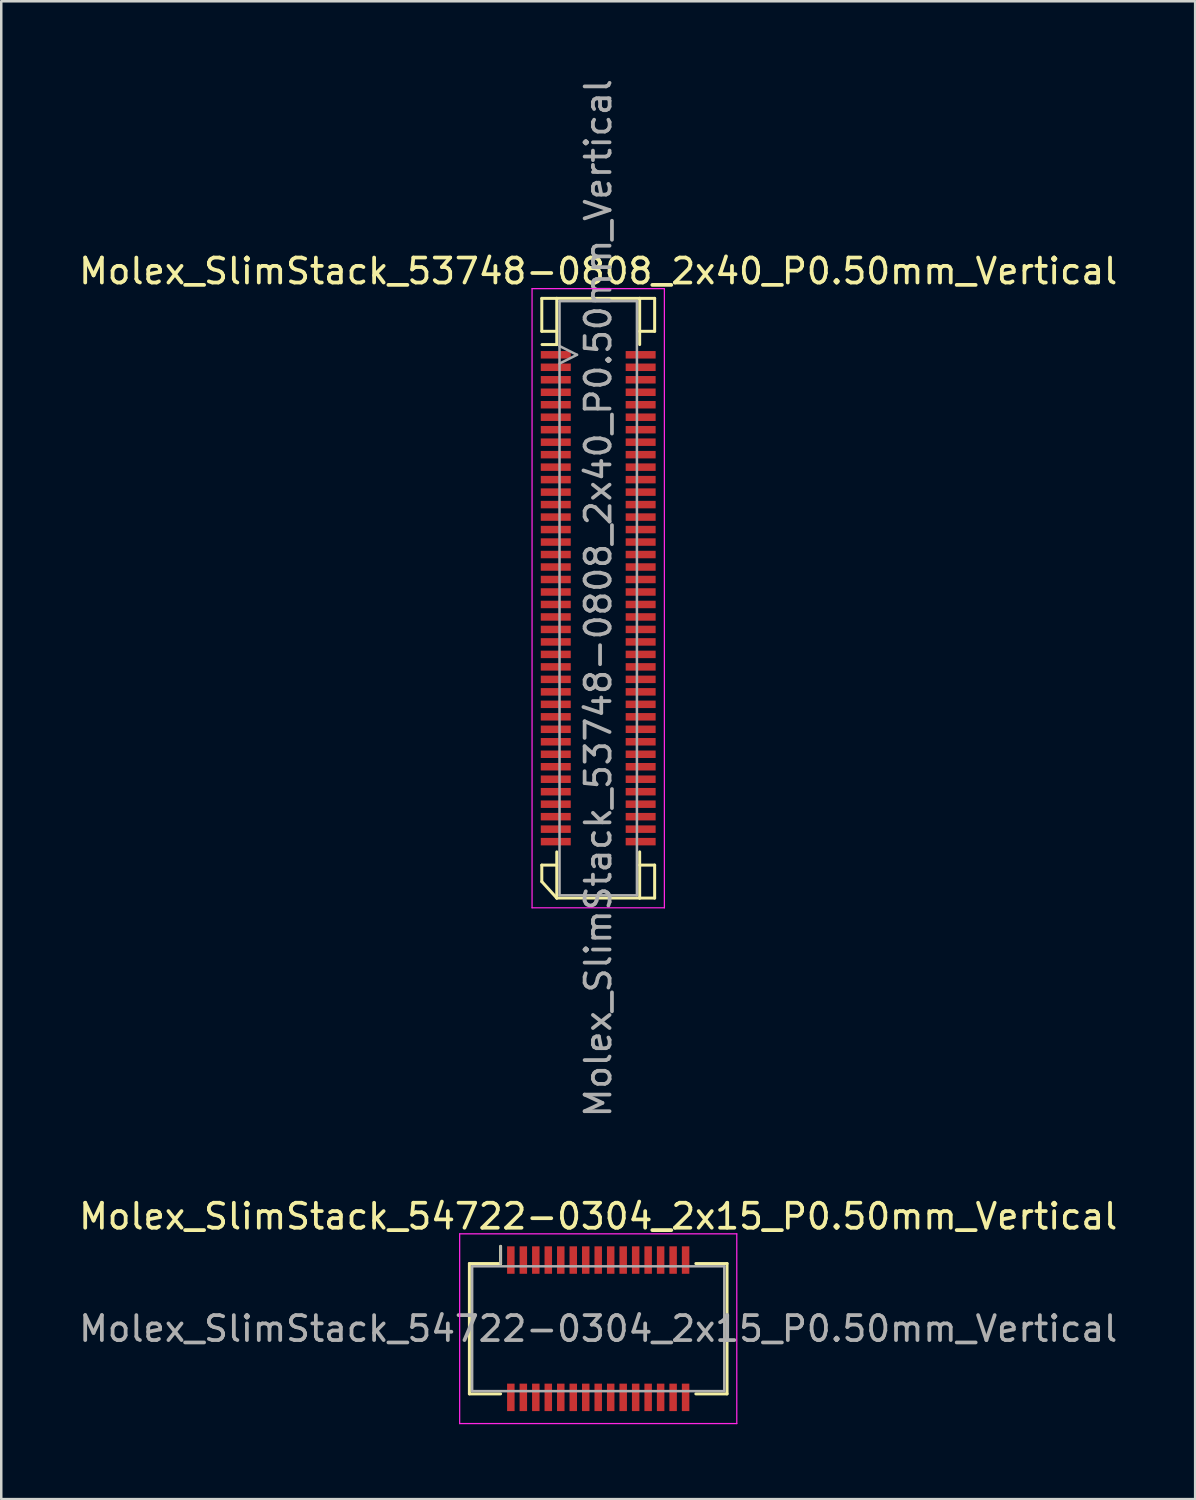
<source format=kicad_pcb>
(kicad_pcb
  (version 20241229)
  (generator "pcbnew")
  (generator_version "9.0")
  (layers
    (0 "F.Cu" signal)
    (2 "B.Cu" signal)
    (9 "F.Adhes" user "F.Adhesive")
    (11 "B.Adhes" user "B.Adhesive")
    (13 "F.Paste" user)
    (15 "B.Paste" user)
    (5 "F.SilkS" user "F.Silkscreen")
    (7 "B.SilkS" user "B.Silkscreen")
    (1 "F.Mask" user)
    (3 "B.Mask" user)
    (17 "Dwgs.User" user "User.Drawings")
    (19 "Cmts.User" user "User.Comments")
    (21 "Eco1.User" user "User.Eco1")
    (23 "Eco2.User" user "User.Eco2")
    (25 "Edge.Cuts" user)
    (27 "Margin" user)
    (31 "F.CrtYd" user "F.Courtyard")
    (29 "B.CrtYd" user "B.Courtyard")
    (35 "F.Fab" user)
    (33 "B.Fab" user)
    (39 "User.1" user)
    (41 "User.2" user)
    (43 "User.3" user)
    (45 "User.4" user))
  (footprint "Molex_SlimStack_53748-0808_2x40_P0.50mm_Vertical"
    (layer "F.Cu")
    (at 20.911 20.911)
    (property "Reference" "Molex_SlimStack_53748-0808_2x40_P0.50mm_Vertical" (at 0 -13.1 0) (layer "F.SilkS") (effects (font (size 1 1) (thickness 0.15))))
    (attr smd)
    (fp_line (start -2.26 -12.01) (end -2.26 -10.69) (stroke (width 0.12) (type solid)) (layer "F.SilkS"))
    (fp_line (start -2.26 -10.69) (end -1.66 -10.69) (stroke (width 0.12) (type solid)) (layer "F.SilkS"))
    (fp_line (start -2.26 10.69) (end -1.66 10.69) (stroke (width 0.12) (type solid)) (layer "F.SilkS"))
    (fp_line (start -2.26 11.35) (end -2.26 10.69) (stroke (width 0.12) (type solid)) (layer "F.SilkS"))
    (fp_line (start -1.66 -12.01) (end -2.26 -12.01) (stroke (width 0.12) (type solid)) (layer "F.SilkS"))
    (fp_line (start -1.66 -12.01) (end -1.66 -10.16) (stroke (width 0.12) (type solid)) (layer "F.SilkS"))
    (fp_line (start -1.66 -10.16) (end -2.25 -10.16) (stroke (width 0.12) (type solid)) (layer "F.SilkS"))
    (fp_line (start -1.66 12.01) (end -2.26 11.35) (stroke (width 0.12) (type solid)) (layer "F.SilkS"))
    (fp_line (start -1.66 12.01) (end -1.66 10.16) (stroke (width 0.12) (type solid)) (layer "F.SilkS"))
    (fp_line (start 1.66 -12.01) (end -1.66 -12.01) (stroke (width 0.12) (type solid)) (layer "F.SilkS"))
    (fp_line (start 1.66 -12.01) (end 2.26 -12.01) (stroke (width 0.12) (type solid)) (layer "F.SilkS"))
    (fp_line (start 1.66 -10.16) (end 1.66 -12.01) (stroke (width 0.12) (type solid)) (layer "F.SilkS"))
    (fp_line (start 1.66 10.16) (end 1.66 12.01) (stroke (width 0.12) (type solid)) (layer "F.SilkS"))
    (fp_line (start 1.66 12.01) (end -1.66 12.01) (stroke (width 0.12) (type solid)) (layer "F.SilkS"))
    (fp_line (start 1.66 12.01) (end 2.26 12.01) (stroke (width 0.12) (type solid)) (layer "F.SilkS"))
    (fp_line (start 2.26 -12.01) (end 2.26 -10.69) (stroke (width 0.12) (type solid)) (layer "F.SilkS"))
    (fp_line (start 2.26 -10.69) (end 1.66 -10.69) (stroke (width 0.12) (type solid)) (layer "F.SilkS"))
    (fp_line (start 2.26 10.69) (end 1.66 10.69) (stroke (width 0.12) (type solid)) (layer "F.SilkS"))
    (fp_line (start 2.26 12.01) (end 2.26 10.69) (stroke (width 0.12) (type solid)) (layer "F.SilkS"))
    (fp_line (start -2.65 -12.4) (end -2.65 12.4) (stroke (width 0.05) (type solid)) (layer "F.CrtYd"))
    (fp_line (start -2.65 12.4) (end 2.65 12.4) (stroke (width 0.05) (type solid)) (layer "F.CrtYd"))
    (fp_line (start 2.65 -12.4) (end -2.65 -12.4) (stroke (width 0.05) (type solid)) (layer "F.CrtYd"))
    (fp_line (start 2.65 12.4) (end 2.65 -12.4) (stroke (width 0.05) (type solid)) (layer "F.CrtYd"))
    (fp_line (start -1.55 -11.9) (end -1.55 11.9) (stroke (width 0.1) (type solid)) (layer "F.Fab"))
    (fp_line (start -1.55 11.9) (end 1.55 11.9) (stroke (width 0.1) (type solid)) (layer "F.Fab"))
    (fp_line (start -0.85 -9.75) (end -1.55 -10.1) (stroke (width 0.1) (type solid)) (layer "F.Fab"))
    (fp_line (start -0.85 -9.75) (end -1.55 -9.4) (stroke (width 0.1) (type solid)) (layer "F.Fab"))
    (fp_line (start 1.55 -11.9) (end -1.55 -11.9) (stroke (width 0.1) (type solid)) (layer "F.Fab"))
    (fp_line (start 1.55 11.9) (end 1.55 -11.9) (stroke (width 0.1) (type solid)) (layer "F.Fab"))
    (fp_text user "${REFERENCE}" (at 0 0 90) (layer "F.Fab") (effects (font (size 1 1) (thickness 0.15))))
    (pad "1" smd rect (at -1.7 -9.75) (size 1.2 0.3) (layers "F.Cu" "F.Mask" "F.Paste"))
    (pad "2" smd rect (at 1.7 -9.75) (size 1.2 0.3) (layers "F.Cu" "F.Mask" "F.Paste"))
    (pad "3" smd rect (at -1.7 -9.25) (size 1.2 0.3) (layers "F.Cu" "F.Mask" "F.Paste"))
    (pad "4" smd rect (at 1.7 -9.25) (size 1.2 0.3) (layers "F.Cu" "F.Mask" "F.Paste"))
    (pad "5" smd rect (at -1.7 -8.75) (size 1.2 0.3) (layers "F.Cu" "F.Mask" "F.Paste"))
    (pad "6" smd rect (at 1.7 -8.75) (size 1.2 0.3) (layers "F.Cu" "F.Mask" "F.Paste"))
    (pad "7" smd rect (at -1.7 -8.25) (size 1.2 0.3) (layers "F.Cu" "F.Mask" "F.Paste"))
    (pad "8" smd rect (at 1.7 -8.25) (size 1.2 0.3) (layers "F.Cu" "F.Mask" "F.Paste"))
    (pad "9" smd rect (at -1.7 -7.75) (size 1.2 0.3) (layers "F.Cu" "F.Mask" "F.Paste"))
    (pad "10" smd rect (at 1.7 -7.75) (size 1.2 0.3) (layers "F.Cu" "F.Mask" "F.Paste"))
    (pad "11" smd rect (at -1.7 -7.25) (size 1.2 0.3) (layers "F.Cu" "F.Mask" "F.Paste"))
    (pad "12" smd rect (at 1.7 -7.25) (size 1.2 0.3) (layers "F.Cu" "F.Mask" "F.Paste"))
    (pad "13" smd rect (at -1.7 -6.75) (size 1.2 0.3) (layers "F.Cu" "F.Mask" "F.Paste"))
    (pad "14" smd rect (at 1.7 -6.75) (size 1.2 0.3) (layers "F.Cu" "F.Mask" "F.Paste"))
    (pad "15" smd rect (at -1.7 -6.25) (size 1.2 0.3) (layers "F.Cu" "F.Mask" "F.Paste"))
    (pad "16" smd rect (at 1.7 -6.25) (size 1.2 0.3) (layers "F.Cu" "F.Mask" "F.Paste"))
    (pad "17" smd rect (at -1.7 -5.75) (size 1.2 0.3) (layers "F.Cu" "F.Mask" "F.Paste"))
    (pad "18" smd rect (at 1.7 -5.75) (size 1.2 0.3) (layers "F.Cu" "F.Mask" "F.Paste"))
    (pad "19" smd rect (at -1.7 -5.25) (size 1.2 0.3) (layers "F.Cu" "F.Mask" "F.Paste"))
    (pad "20" smd rect (at 1.7 -5.25) (size 1.2 0.3) (layers "F.Cu" "F.Mask" "F.Paste"))
    (pad "21" smd rect (at -1.7 -4.75) (size 1.2 0.3) (layers "F.Cu" "F.Mask" "F.Paste"))
    (pad "22" smd rect (at 1.7 -4.75) (size 1.2 0.3) (layers "F.Cu" "F.Mask" "F.Paste"))
    (pad "23" smd rect (at -1.7 -4.25) (size 1.2 0.3) (layers "F.Cu" "F.Mask" "F.Paste"))
    (pad "24" smd rect (at 1.7 -4.25) (size 1.2 0.3) (layers "F.Cu" "F.Mask" "F.Paste"))
    (pad "25" smd rect (at -1.7 -3.75) (size 1.2 0.3) (layers "F.Cu" "F.Mask" "F.Paste"))
    (pad "26" smd rect (at 1.7 -3.75) (size 1.2 0.3) (layers "F.Cu" "F.Mask" "F.Paste"))
    (pad "27" smd rect (at -1.7 -3.25) (size 1.2 0.3) (layers "F.Cu" "F.Mask" "F.Paste"))
    (pad "28" smd rect (at 1.7 -3.25) (size 1.2 0.3) (layers "F.Cu" "F.Mask" "F.Paste"))
    (pad "29" smd rect (at -1.7 -2.75) (size 1.2 0.3) (layers "F.Cu" "F.Mask" "F.Paste"))
    (pad "30" smd rect (at 1.7 -2.75) (size 1.2 0.3) (layers "F.Cu" "F.Mask" "F.Paste"))
    (pad "31" smd rect (at -1.7 -2.25) (size 1.2 0.3) (layers "F.Cu" "F.Mask" "F.Paste"))
    (pad "32" smd rect (at 1.7 -2.25) (size 1.2 0.3) (layers "F.Cu" "F.Mask" "F.Paste"))
    (pad "33" smd rect (at -1.7 -1.75) (size 1.2 0.3) (layers "F.Cu" "F.Mask" "F.Paste"))
    (pad "34" smd rect (at 1.7 -1.75) (size 1.2 0.3) (layers "F.Cu" "F.Mask" "F.Paste"))
    (pad "35" smd rect (at -1.7 -1.25) (size 1.2 0.3) (layers "F.Cu" "F.Mask" "F.Paste"))
    (pad "36" smd rect (at 1.7 -1.25) (size 1.2 0.3) (layers "F.Cu" "F.Mask" "F.Paste"))
    (pad "37" smd rect (at -1.7 -0.75) (size 1.2 0.3) (layers "F.Cu" "F.Mask" "F.Paste"))
    (pad "38" smd rect (at 1.7 -0.75) (size 1.2 0.3) (layers "F.Cu" "F.Mask" "F.Paste"))
    (pad "39" smd rect (at -1.7 -0.25) (size 1.2 0.3) (layers "F.Cu" "F.Mask" "F.Paste"))
    (pad "40" smd rect (at 1.7 -0.25) (size 1.2 0.3) (layers "F.Cu" "F.Mask" "F.Paste"))
    (pad "41" smd rect (at -1.7 0.25) (size 1.2 0.3) (layers "F.Cu" "F.Mask" "F.Paste"))
    (pad "42" smd rect (at 1.7 0.25) (size 1.2 0.3) (layers "F.Cu" "F.Mask" "F.Paste"))
    (pad "43" smd rect (at -1.7 0.75) (size 1.2 0.3) (layers "F.Cu" "F.Mask" "F.Paste"))
    (pad "44" smd rect (at 1.7 0.75) (size 1.2 0.3) (layers "F.Cu" "F.Mask" "F.Paste"))
    (pad "45" smd rect (at -1.7 1.25) (size 1.2 0.3) (layers "F.Cu" "F.Mask" "F.Paste"))
    (pad "46" smd rect (at 1.7 1.25) (size 1.2 0.3) (layers "F.Cu" "F.Mask" "F.Paste"))
    (pad "47" smd rect (at -1.7 1.75) (size 1.2 0.3) (layers "F.Cu" "F.Mask" "F.Paste"))
    (pad "48" smd rect (at 1.7 1.75) (size 1.2 0.3) (layers "F.Cu" "F.Mask" "F.Paste"))
    (pad "49" smd rect (at -1.7 2.25) (size 1.2 0.3) (layers "F.Cu" "F.Mask" "F.Paste"))
    (pad "50" smd rect (at 1.7 2.25) (size 1.2 0.3) (layers "F.Cu" "F.Mask" "F.Paste"))
    (pad "51" smd rect (at -1.7 2.75) (size 1.2 0.3) (layers "F.Cu" "F.Mask" "F.Paste"))
    (pad "52" smd rect (at 1.7 2.75) (size 1.2 0.3) (layers "F.Cu" "F.Mask" "F.Paste"))
    (pad "53" smd rect (at -1.7 3.25) (size 1.2 0.3) (layers "F.Cu" "F.Mask" "F.Paste"))
    (pad "54" smd rect (at 1.7 3.25) (size 1.2 0.3) (layers "F.Cu" "F.Mask" "F.Paste"))
    (pad "55" smd rect (at -1.7 3.75) (size 1.2 0.3) (layers "F.Cu" "F.Mask" "F.Paste"))
    (pad "56" smd rect (at 1.7 3.75) (size 1.2 0.3) (layers "F.Cu" "F.Mask" "F.Paste"))
    (pad "57" smd rect (at -1.7 4.25) (size 1.2 0.3) (layers "F.Cu" "F.Mask" "F.Paste"))
    (pad "58" smd rect (at 1.7 4.25) (size 1.2 0.3) (layers "F.Cu" "F.Mask" "F.Paste"))
    (pad "59" smd rect (at -1.7 4.75) (size 1.2 0.3) (layers "F.Cu" "F.Mask" "F.Paste"))
    (pad "60" smd rect (at 1.7 4.75) (size 1.2 0.3) (layers "F.Cu" "F.Mask" "F.Paste"))
    (pad "61" smd rect (at -1.7 5.25) (size 1.2 0.3) (layers "F.Cu" "F.Mask" "F.Paste"))
    (pad "62" smd rect (at 1.7 5.25) (size 1.2 0.3) (layers "F.Cu" "F.Mask" "F.Paste"))
    (pad "63" smd rect (at -1.7 5.75) (size 1.2 0.3) (layers "F.Cu" "F.Mask" "F.Paste"))
    (pad "64" smd rect (at 1.7 5.75) (size 1.2 0.3) (layers "F.Cu" "F.Mask" "F.Paste"))
    (pad "65" smd rect (at -1.7 6.25) (size 1.2 0.3) (layers "F.Cu" "F.Mask" "F.Paste"))
    (pad "66" smd rect (at 1.7 6.25) (size 1.2 0.3) (layers "F.Cu" "F.Mask" "F.Paste"))
    (pad "67" smd rect (at -1.7 6.75) (size 1.2 0.3) (layers "F.Cu" "F.Mask" "F.Paste"))
    (pad "68" smd rect (at 1.7 6.75) (size 1.2 0.3) (layers "F.Cu" "F.Mask" "F.Paste"))
    (pad "69" smd rect (at -1.7 7.25) (size 1.2 0.3) (layers "F.Cu" "F.Mask" "F.Paste"))
    (pad "70" smd rect (at 1.7 7.25) (size 1.2 0.3) (layers "F.Cu" "F.Mask" "F.Paste"))
    (pad "71" smd rect (at -1.7 7.75) (size 1.2 0.3) (layers "F.Cu" "F.Mask" "F.Paste"))
    (pad "72" smd rect (at 1.7 7.75) (size 1.2 0.3) (layers "F.Cu" "F.Mask" "F.Paste"))
    (pad "73" smd rect (at -1.7 8.25) (size 1.2 0.3) (layers "F.Cu" "F.Mask" "F.Paste"))
    (pad "74" smd rect (at 1.7 8.25) (size 1.2 0.3) (layers "F.Cu" "F.Mask" "F.Paste"))
    (pad "75" smd rect (at -1.7 8.75) (size 1.2 0.3) (layers "F.Cu" "F.Mask" "F.Paste"))
    (pad "76" smd rect (at 1.7 8.75) (size 1.2 0.3) (layers "F.Cu" "F.Mask" "F.Paste"))
    (pad "77" smd rect (at -1.7 9.25) (size 1.2 0.3) (layers "F.Cu" "F.Mask" "F.Paste"))
    (pad "78" smd rect (at 1.7 9.25) (size 1.2 0.3) (layers "F.Cu" "F.Mask" "F.Paste"))
    (pad "79" smd rect (at -1.7 9.75) (size 1.2 0.3) (layers "F.Cu" "F.Mask" "F.Paste"))
    (pad "80" smd rect (at 1.7 9.75) (size 1.2 0.3) (layers "F.Cu" "F.Mask" "F.Paste")))
  (footprint "Molex_SlimStack_54722-0304_2x15_P0.50mm_Vertical"
    (layer "F.Cu")
    (at 20.911 50.17)
    (property "Reference" "Molex_SlimStack_54722-0304_2x15_P0.50mm_Vertical" (at 0 -4.5 0) (layer "F.SilkS") (effects (font (size 1 1) (thickness 0.15))))
    (attr smd)
    (fp_line (start -5.16 -2.61) (end -3.91 -2.61) (stroke (width 0.12) (type solid)) (layer "F.SilkS"))
    (fp_line (start -5.16 2.61) (end -5.16 -2.61) (stroke (width 0.12) (type solid)) (layer "F.SilkS"))
    (fp_line (start -3.91 -2.61) (end -3.91 -3.3) (stroke (width 0.12) (type solid)) (layer "F.SilkS"))
    (fp_line (start -3.91 2.61) (end -5.16 2.61) (stroke (width 0.12) (type solid)) (layer "F.SilkS"))
    (fp_line (start 3.91 2.61) (end 5.16 2.61) (stroke (width 0.12) (type solid)) (layer "F.SilkS"))
    (fp_line (start 5.16 -2.61) (end 3.91 -2.61) (stroke (width 0.12) (type solid)) (layer "F.SilkS"))
    (fp_line (start 5.16 2.61) (end 5.16 -2.61) (stroke (width 0.12) (type solid)) (layer "F.SilkS"))
    (fp_line (start -5.55 -3.8) (end -5.55 3.8) (stroke (width 0.05) (type solid)) (layer "F.CrtYd"))
    (fp_line (start -5.55 3.8) (end 5.55 3.8) (stroke (width 0.05) (type solid)) (layer "F.CrtYd"))
    (fp_line (start 5.55 -3.8) (end -5.55 -3.8) (stroke (width 0.05) (type solid)) (layer "F.CrtYd"))
    (fp_line (start 5.55 3.8) (end 5.55 -3.8) (stroke (width 0.05) (type solid)) (layer "F.CrtYd"))
    (fp_line (start -5.05 -2.5) (end -5.05 2.5) (stroke (width 0.1) (type solid)) (layer "F.Fab"))
    (fp_line (start -5.05 2.5) (end 5.05 2.5) (stroke (width 0.1) (type solid)) (layer "F.Fab"))
    (fp_line (start -3.91 -2.61) (end -3.91 -3.3) (stroke (width 0.1) (type solid)) (layer "F.Fab"))
    (fp_line (start 5.05 -2.5) (end -5.05 -2.5) (stroke (width 0.1) (type solid)) (layer "F.Fab"))
    (fp_line (start 5.05 2.5) (end 5.05 -2.5) (stroke (width 0.1) (type solid)) (layer "F.Fab"))
    (fp_text user "${REFERENCE}" (at 0 0 0) (layer "F.Fab") (effects (font (size 1 1) (thickness 0.15))))
    (pad "1" smd rect (at -3.5 -2.75) (size 0.3 1.1) (layers "F.Cu" "F.Mask" "F.Paste"))
    (pad "2" smd rect (at -3.5 2.75) (size 0.3 1.1) (layers "F.Cu" "F.Mask" "F.Paste"))
    (pad "3" smd rect (at -3 -2.75) (size 0.3 1.1) (layers "F.Cu" "F.Mask" "F.Paste"))
    (pad "4" smd rect (at -3 2.75) (size 0.3 1.1) (layers "F.Cu" "F.Mask" "F.Paste"))
    (pad "5" smd rect (at -2.5 -2.75) (size 0.3 1.1) (layers "F.Cu" "F.Mask" "F.Paste"))
    (pad "6" smd rect (at -2.5 2.75) (size 0.3 1.1) (layers "F.Cu" "F.Mask" "F.Paste"))
    (pad "7" smd rect (at -2 -2.75) (size 0.3 1.1) (layers "F.Cu" "F.Mask" "F.Paste"))
    (pad "8" smd rect (at -2 2.75) (size 0.3 1.1) (layers "F.Cu" "F.Mask" "F.Paste"))
    (pad "9" smd rect (at -1.5 -2.75) (size 0.3 1.1) (layers "F.Cu" "F.Mask" "F.Paste"))
    (pad "10" smd rect (at -1.5 2.75) (size 0.3 1.1) (layers "F.Cu" "F.Mask" "F.Paste"))
    (pad "11" smd rect (at -1 -2.75) (size 0.3 1.1) (layers "F.Cu" "F.Mask" "F.Paste"))
    (pad "12" smd rect (at -1 2.75) (size 0.3 1.1) (layers "F.Cu" "F.Mask" "F.Paste"))
    (pad "13" smd rect (at -0.5 -2.75) (size 0.3 1.1) (layers "F.Cu" "F.Mask" "F.Paste"))
    (pad "14" smd rect (at -0.5 2.75) (size 0.3 1.1) (layers "F.Cu" "F.Mask" "F.Paste"))
    (pad "15" smd rect (at 0 -2.75) (size 0.3 1.1) (layers "F.Cu" "F.Mask" "F.Paste"))
    (pad "16" smd rect (at 0 2.75) (size 0.3 1.1) (layers "F.Cu" "F.Mask" "F.Paste"))
    (pad "17" smd rect (at 0.5 -2.75) (size 0.3 1.1) (layers "F.Cu" "F.Mask" "F.Paste"))
    (pad "18" smd rect (at 0.5 2.75) (size 0.3 1.1) (layers "F.Cu" "F.Mask" "F.Paste"))
    (pad "19" smd rect (at 1 -2.75) (size 0.3 1.1) (layers "F.Cu" "F.Mask" "F.Paste"))
    (pad "20" smd rect (at 1 2.75) (size 0.3 1.1) (layers "F.Cu" "F.Mask" "F.Paste"))
    (pad "21" smd rect (at 1.5 -2.75) (size 0.3 1.1) (layers "F.Cu" "F.Mask" "F.Paste"))
    (pad "22" smd rect (at 1.5 2.75) (size 0.3 1.1) (layers "F.Cu" "F.Mask" "F.Paste"))
    (pad "23" smd rect (at 2 -2.75) (size 0.3 1.1) (layers "F.Cu" "F.Mask" "F.Paste"))
    (pad "24" smd rect (at 2 2.75) (size 0.3 1.1) (layers "F.Cu" "F.Mask" "F.Paste"))
    (pad "25" smd rect (at 2.5 -2.75) (size 0.3 1.1) (layers "F.Cu" "F.Mask" "F.Paste"))
    (pad "26" smd rect (at 2.5 2.75) (size 0.3 1.1) (layers "F.Cu" "F.Mask" "F.Paste"))
    (pad "27" smd rect (at 3 -2.75) (size 0.3 1.1) (layers "F.Cu" "F.Mask" "F.Paste"))
    (pad "28" smd rect (at 3 2.75) (size 0.3 1.1) (layers "F.Cu" "F.Mask" "F.Paste"))
    (pad "29" smd rect (at 3.5 -2.75) (size 0.3 1.1) (layers "F.Cu" "F.Mask" "F.Paste"))
    (pad "30" smd rect (at 3.5 2.75) (size 0.3 1.1) (layers "F.Cu" "F.Mask" "F.Paste")))
  (gr_rect
    (start -3 -3)
    (end 44.821 56.995)
    (stroke (width 0.1) (type default))
    (fill no)
    (layer "Edge.Cuts")))
</source>
